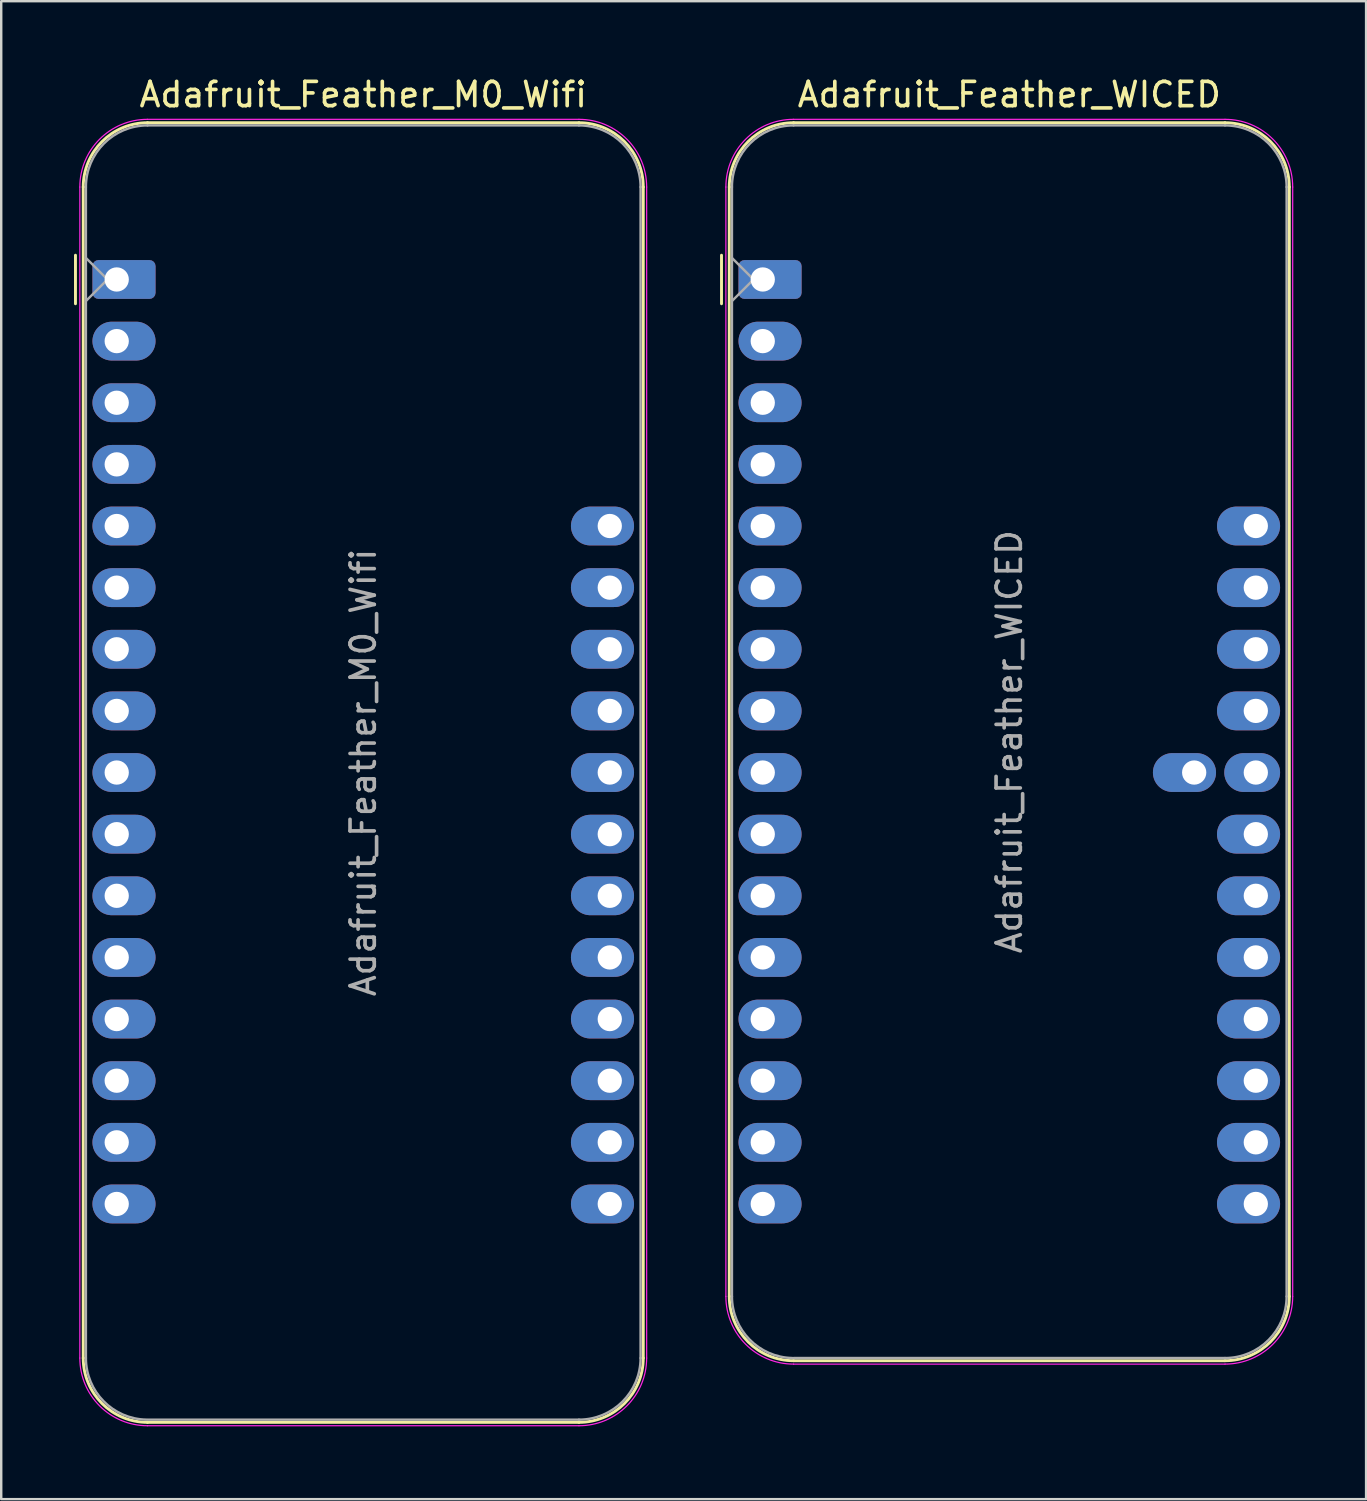
<source format=kicad_pcb>
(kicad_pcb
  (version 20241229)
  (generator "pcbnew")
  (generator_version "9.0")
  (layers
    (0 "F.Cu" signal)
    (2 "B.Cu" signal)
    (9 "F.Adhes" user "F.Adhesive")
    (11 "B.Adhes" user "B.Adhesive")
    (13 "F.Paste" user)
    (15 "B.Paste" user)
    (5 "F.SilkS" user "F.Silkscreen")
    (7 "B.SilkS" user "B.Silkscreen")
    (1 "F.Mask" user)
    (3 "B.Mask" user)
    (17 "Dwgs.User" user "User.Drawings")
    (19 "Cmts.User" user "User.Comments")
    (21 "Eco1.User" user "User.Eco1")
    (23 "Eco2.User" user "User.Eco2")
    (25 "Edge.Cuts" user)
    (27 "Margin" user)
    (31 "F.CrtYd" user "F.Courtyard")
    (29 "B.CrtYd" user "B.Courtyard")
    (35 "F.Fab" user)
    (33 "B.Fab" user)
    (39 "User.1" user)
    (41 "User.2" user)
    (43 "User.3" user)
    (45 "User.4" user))
  (footprint "Adafruit_Feather_M0_Wifi"
    (layer "F.Cu")
    (at 1.76 8.468)
    (property "Reference" "Adafruit_Feather_M0_Wifi" (at 10.16 -7.62 0) (layer "F.SilkS") (effects (font (size 1 1) (thickness 0.15))))
    (attr through_hole)
    (fp_line (start -1.7 1) (end -1.7 -1) (stroke (width 0.12) (type solid)) (layer "F.SilkS"))
    (fp_line (start -1.38 -3.81) (end -1.38 44.45) (stroke (width 0.12) (type solid)) (layer "F.SilkS"))
    (fp_line (start 19.05 -6.46) (end 1.27 -6.46) (stroke (width 0.12) (type solid)) (layer "F.SilkS"))
    (fp_line (start 19.05 47.1) (end 1.27 47.1) (stroke (width 0.12) (type solid)) (layer "F.SilkS"))
    (fp_line (start 21.7 -3.81) (end 21.7 44.45) (stroke (width 0.12) (type solid)) (layer "F.SilkS"))
    (fp_arc (start -1.38 -3.81) (mid -0.603833 -5.683833) (end 1.27 -6.46) (stroke (width 0.12) (type solid)) (layer "F.SilkS"))
    (fp_arc (start 1.27 47.1) (mid -0.603833 46.323833) (end -1.38 44.45) (stroke (width 0.12) (type solid)) (layer "F.SilkS"))
    (fp_arc (start 19.05 -6.46) (mid 20.923833 -5.683833) (end 21.7 -3.81) (stroke (width 0.12) (type solid)) (layer "F.SilkS"))
    (fp_arc (start 21.7 44.45) (mid 20.923833 46.323833) (end 19.05 47.1) (stroke (width 0.12) (type solid)) (layer "F.SilkS"))
    (fp_line (start -1.52 44.45) (end -1.52 -3.81) (stroke (width 0.05) (type solid)) (layer "F.CrtYd"))
    (fp_line (start 19.05 -6.6) (end 1.27 -6.6) (stroke (width 0.05) (type solid)) (layer "F.CrtYd"))
    (fp_line (start 19.05 47.24) (end 1.27 47.24) (stroke (width 0.05) (type solid)) (layer "F.CrtYd"))
    (fp_line (start 21.84 44.45) (end 21.84 -3.81) (stroke (width 0.05) (type solid)) (layer "F.CrtYd"))
    (fp_arc (start -1.52 -3.81) (mid -0.702828 -5.782828) (end 1.27 -6.6) (stroke (width 0.05) (type solid)) (layer "F.CrtYd"))
    (fp_arc (start 1.27 47.24) (mid -0.702828 46.422828) (end -1.52 44.45) (stroke (width 0.05) (type solid)) (layer "F.CrtYd"))
    (fp_arc (start 19.05 -6.6) (mid 21.022828 -5.782828) (end 21.84 -3.81) (stroke (width 0.05) (type solid)) (layer "F.CrtYd"))
    (fp_arc (start 21.84 44.45) (mid 21.022828 46.422828) (end 19.05 47.24) (stroke (width 0.05) (type solid)) (layer "F.CrtYd"))
    (fp_line (start -1.27 -3.81) (end -1.27 44.45) (stroke (width 0.1) (type solid)) (layer "F.Fab"))
    (fp_line (start -1.27 -0.889) (end -0.381 0) (stroke (width 0.1) (type solid)) (layer "F.Fab"))
    (fp_line (start -0.381 0) (end -1.27 0.889) (stroke (width 0.1) (type solid)) (layer "F.Fab"))
    (fp_line (start 1.27 46.99) (end 19.05 46.99) (stroke (width 0.1) (type solid)) (layer "F.Fab"))
    (fp_line (start 19.05 -6.35) (end 1.27 -6.35) (stroke (width 0.1) (type solid)) (layer "F.Fab"))
    (fp_line (start 21.59 44.45) (end 21.59 -3.81) (stroke (width 0.1) (type solid)) (layer "F.Fab"))
    (fp_arc (start -1.27 -3.81) (mid -0.526051 -5.606051) (end 1.27 -6.35) (stroke (width 0.1) (type solid)) (layer "F.Fab"))
    (fp_arc (start 1.221238 46.989532) (mid -0.543209 46.228728) (end -1.27 44.45) (stroke (width 0.1) (type solid)) (layer "F.Fab"))
    (fp_arc (start 19.05 -6.35) (mid 20.846051 -5.606051) (end 21.59 -3.81) (stroke (width 0.1) (type solid)) (layer "F.Fab"))
    (fp_arc (start 21.59 44.45) (mid 20.846051 46.246051) (end 19.05 46.99) (stroke (width 0.1) (type solid)) (layer "F.Fab"))
    (fp_text user "${REFERENCE}" (at 10.16 20.32 270) (layer "F.Fab") (effects (font (size 1 1) (thickness 0.15))))
    (pad "1" thru_hole roundrect (at 0 0) (size 2.6 1.6) (drill 1 (offset 0.3 0)) (layers "*.Cu" "*.Mask") (roundrect_rratio 0.156))
    (pad "2" thru_hole oval (at 0 2.54) (size 2.6 1.6) (drill 1 (offset 0.3 0)) (layers "*.Cu" "*.Mask"))
    (pad "3" thru_hole oval (at 0 5.08) (size 2.6 1.6) (drill 1 (offset 0.3 0)) (layers "*.Cu" "*.Mask"))
    (pad "4" thru_hole oval (at 0 7.62) (size 2.6 1.6) (drill 1 (offset 0.3 0)) (layers "*.Cu" "*.Mask"))
    (pad "5" thru_hole oval (at 0 10.16) (size 2.6 1.6) (drill 1 (offset 0.3 0)) (layers "*.Cu" "*.Mask"))
    (pad "6" thru_hole oval (at 0 12.7) (size 2.6 1.6) (drill 1 (offset 0.3 0)) (layers "*.Cu" "*.Mask"))
    (pad "7" thru_hole oval (at 0 15.24) (size 2.6 1.6) (drill 1 (offset 0.3 0)) (layers "*.Cu" "*.Mask"))
    (pad "8" thru_hole oval (at 0 17.78) (size 2.6 1.6) (drill 1 (offset 0.3 0)) (layers "*.Cu" "*.Mask"))
    (pad "9" thru_hole oval (at 0 20.32) (size 2.6 1.6) (drill 1 (offset 0.3 0)) (layers "*.Cu" "*.Mask"))
    (pad "10" thru_hole oval (at 0 22.86) (size 2.6 1.6) (drill 1 (offset 0.3 0)) (layers "*.Cu" "*.Mask"))
    (pad "11" thru_hole oval (at 0 25.4) (size 2.6 1.6) (drill 1 (offset 0.3 0)) (layers "*.Cu" "*.Mask"))
    (pad "12" thru_hole oval (at 0 27.94) (size 2.6 1.6) (drill 1 (offset 0.3 0)) (layers "*.Cu" "*.Mask"))
    (pad "13" thru_hole oval (at 0 30.48) (size 2.6 1.6) (drill 1 (offset 0.3 0)) (layers "*.Cu" "*.Mask"))
    (pad "14" thru_hole oval (at 0 33.02) (size 2.6 1.6) (drill 1 (offset 0.3 0)) (layers "*.Cu" "*.Mask"))
    (pad "15" thru_hole oval (at 0 35.56) (size 2.6 1.6) (drill 1 (offset 0.3 0)) (layers "*.Cu" "*.Mask"))
    (pad "16" thru_hole oval (at 0 38.1) (size 2.6 1.6) (drill 1 (offset 0.3 0)) (layers "*.Cu" "*.Mask"))
    (pad "17" thru_hole oval (at 20.32 38.1 180) (size 2.6 1.6) (drill 1 (offset 0.3 0)) (layers "*.Cu" "*.Mask"))
    (pad "18" thru_hole oval (at 20.32 35.56 180) (size 2.6 1.6) (drill 1 (offset 0.3 0)) (layers "*.Cu" "*.Mask"))
    (pad "19" thru_hole oval (at 20.32 33.02 180) (size 2.6 1.6) (drill 1 (offset 0.3 0)) (layers "*.Cu" "*.Mask"))
    (pad "20" thru_hole oval (at 20.32 30.48 180) (size 2.6 1.6) (drill 1 (offset 0.3 0)) (layers "*.Cu" "*.Mask"))
    (pad "21" thru_hole oval (at 20.32 27.94 180) (size 2.6 1.6) (drill 1 (offset 0.3 0)) (layers "*.Cu" "*.Mask"))
    (pad "22" thru_hole oval (at 20.32 25.4 180) (size 2.6 1.6) (drill 1 (offset 0.3 0)) (layers "*.Cu" "*.Mask"))
    (pad "23" thru_hole oval (at 20.32 22.86 180) (size 2.6 1.6) (drill 1 (offset 0.3 0)) (layers "*.Cu" "*.Mask"))
    (pad "24" thru_hole oval (at 20.32 20.32 180) (size 2.6 1.6) (drill 1 (offset 0.3 0)) (layers "*.Cu" "*.Mask"))
    (pad "25" thru_hole oval (at 20.32 17.78 180) (size 2.6 1.6) (drill 1 (offset 0.3 0)) (layers "*.Cu" "*.Mask"))
    (pad "26" thru_hole oval (at 20.32 15.24 180) (size 2.6 1.6) (drill 1 (offset 0.3 0)) (layers "*.Cu" "*.Mask"))
    (pad "27" thru_hole oval (at 20.32 12.7 180) (size 2.6 1.6) (drill 1 (offset 0.3 0)) (layers "*.Cu" "*.Mask"))
    (pad "28" thru_hole oval (at 20.32 10.16 180) (size 2.6 1.6) (drill 1 (offset 0.3 0)) (layers "*.Cu" "*.Mask")))
  (footprint "Adafruit_Feather_WICED"
    (layer "F.Cu")
    (at 28.385 8.468)
    (property "Reference" "Adafruit_Feather_WICED" (at 10.16 -7.62 0) (layer "F.SilkS") (effects (font (size 1 1) (thickness 0.15))))
    (attr through_hole)
    (fp_line (start -1.7 1) (end -1.7 -1) (stroke (width 0.12) (type solid)) (layer "F.SilkS"))
    (fp_line (start -1.38 -3.81) (end -1.38 41.91) (stroke (width 0.12) (type solid)) (layer "F.SilkS"))
    (fp_line (start 19.05 -6.46) (end 1.27 -6.46) (stroke (width 0.12) (type solid)) (layer "F.SilkS"))
    (fp_line (start 19.05 44.56) (end 1.27 44.56) (stroke (width 0.12) (type solid)) (layer "F.SilkS"))
    (fp_line (start 21.7 -3.81) (end 21.7 41.91) (stroke (width 0.12) (type solid)) (layer "F.SilkS"))
    (fp_arc (start -1.38 -3.81) (mid -0.603833 -5.683833) (end 1.27 -6.46) (stroke (width 0.12) (type solid)) (layer "F.SilkS"))
    (fp_arc (start 1.27 44.56) (mid -0.603833 43.783833) (end -1.38 41.91) (stroke (width 0.12) (type solid)) (layer "F.SilkS"))
    (fp_arc (start 19.05 -6.46) (mid 20.923833 -5.683833) (end 21.7 -3.81) (stroke (width 0.12) (type solid)) (layer "F.SilkS"))
    (fp_arc (start 21.7 41.91) (mid 20.923833 43.783833) (end 19.05 44.56) (stroke (width 0.12) (type solid)) (layer "F.SilkS"))
    (fp_line (start -1.52 41.91) (end -1.52 -3.81) (stroke (width 0.05) (type solid)) (layer "F.CrtYd"))
    (fp_line (start 19.05 -6.6) (end 1.27 -6.6) (stroke (width 0.05) (type solid)) (layer "F.CrtYd"))
    (fp_line (start 19.05 44.7) (end 1.27 44.7) (stroke (width 0.05) (type solid)) (layer "F.CrtYd"))
    (fp_line (start 21.84 41.91) (end 21.84 -3.81) (stroke (width 0.05) (type solid)) (layer "F.CrtYd"))
    (fp_arc (start -1.52 -3.81) (mid -0.702828 -5.782828) (end 1.27 -6.6) (stroke (width 0.05) (type solid)) (layer "F.CrtYd"))
    (fp_arc (start 1.27 44.7) (mid -0.702828 43.882828) (end -1.52 41.91) (stroke (width 0.05) (type solid)) (layer "F.CrtYd"))
    (fp_arc (start 19.05 -6.6) (mid 21.022828 -5.782828) (end 21.84 -3.81) (stroke (width 0.05) (type solid)) (layer "F.CrtYd"))
    (fp_arc (start 21.84 41.91) (mid 21.022828 43.882828) (end 19.05 44.7) (stroke (width 0.05) (type solid)) (layer "F.CrtYd"))
    (fp_line (start -1.27 -3.81) (end -1.27 41.91) (stroke (width 0.1) (type solid)) (layer "F.Fab"))
    (fp_line (start -1.27 -0.889) (end -0.381 0) (stroke (width 0.1) (type solid)) (layer "F.Fab"))
    (fp_line (start -0.381 0) (end -1.27 0.889) (stroke (width 0.1) (type solid)) (layer "F.Fab"))
    (fp_line (start 1.27 44.45) (end 19.05 44.45) (stroke (width 0.1) (type solid)) (layer "F.Fab"))
    (fp_line (start 19.05 -6.35) (end 1.27 -6.35) (stroke (width 0.1) (type solid)) (layer "F.Fab"))
    (fp_line (start 21.59 41.91) (end 21.59 -3.81) (stroke (width 0.1) (type solid)) (layer "F.Fab"))
    (fp_arc (start -1.27 -3.81) (mid -0.526051 -5.606051) (end 1.27 -6.35) (stroke (width 0.1) (type solid)) (layer "F.Fab"))
    (fp_arc (start 1.221238 44.449532) (mid -0.543209 43.688728) (end -1.27 41.91) (stroke (width 0.1) (type solid)) (layer "F.Fab"))
    (fp_arc (start 19.05 -6.35) (mid 20.846051 -5.606051) (end 21.59 -3.81) (stroke (width 0.1) (type solid)) (layer "F.Fab"))
    (fp_arc (start 21.59 41.91) (mid 20.846051 43.706051) (end 19.05 44.45) (stroke (width 0.1) (type solid)) (layer "F.Fab"))
    (fp_text user "${REFERENCE}" (at 10.16 19.05 270) (layer "F.Fab") (effects (font (size 1 1) (thickness 0.15))))
    (pad "1" thru_hole roundrect (at 0 0) (size 2.6 1.6) (drill 1 (offset 0.3 0)) (layers "*.Cu" "*.Mask") (roundrect_rratio 0.156))
    (pad "2" thru_hole oval (at 0 2.54) (size 2.6 1.6) (drill 1 (offset 0.3 0)) (layers "*.Cu" "*.Mask"))
    (pad "3" thru_hole oval (at 0 5.08) (size 2.6 1.6) (drill 1 (offset 0.3 0)) (layers "*.Cu" "*.Mask"))
    (pad "4" thru_hole oval (at 0 7.62) (size 2.6 1.6) (drill 1 (offset 0.3 0)) (layers "*.Cu" "*.Mask"))
    (pad "5" thru_hole oval (at 0 10.16) (size 2.6 1.6) (drill 1 (offset 0.3 0)) (layers "*.Cu" "*.Mask"))
    (pad "6" thru_hole oval (at 0 12.7) (size 2.6 1.6) (drill 1 (offset 0.3 0)) (layers "*.Cu" "*.Mask"))
    (pad "7" thru_hole oval (at 0 15.24) (size 2.6 1.6) (drill 1 (offset 0.3 0)) (layers "*.Cu" "*.Mask"))
    (pad "8" thru_hole oval (at 0 17.78) (size 2.6 1.6) (drill 1 (offset 0.3 0)) (layers "*.Cu" "*.Mask"))
    (pad "9" thru_hole oval (at 0 20.32) (size 2.6 1.6) (drill 1 (offset 0.3 0)) (layers "*.Cu" "*.Mask"))
    (pad "10" thru_hole oval (at 0 22.86) (size 2.6 1.6) (drill 1 (offset 0.3 0)) (layers "*.Cu" "*.Mask"))
    (pad "11" thru_hole oval (at 0 25.4) (size 2.6 1.6) (drill 1 (offset 0.3 0)) (layers "*.Cu" "*.Mask"))
    (pad "12" thru_hole oval (at 0 27.94) (size 2.6 1.6) (drill 1 (offset 0.3 0)) (layers "*.Cu" "*.Mask"))
    (pad "13" thru_hole oval (at 0 30.48) (size 2.6 1.6) (drill 1 (offset 0.3 0)) (layers "*.Cu" "*.Mask"))
    (pad "14" thru_hole oval (at 0 33.02) (size 2.6 1.6) (drill 1 (offset 0.3 0)) (layers "*.Cu" "*.Mask"))
    (pad "15" thru_hole oval (at 0 35.56) (size 2.6 1.6) (drill 1 (offset 0.3 0)) (layers "*.Cu" "*.Mask"))
    (pad "16" thru_hole oval (at 0 38.1) (size 2.6 1.6) (drill 1 (offset 0.3 0)) (layers "*.Cu" "*.Mask"))
    (pad "17" thru_hole oval (at 20.32 38.1 180) (size 2.6 1.6) (drill 1 (offset 0.3 0)) (layers "*.Cu" "*.Mask"))
    (pad "18" thru_hole oval (at 20.32 35.56 180) (size 2.6 1.6) (drill 1 (offset 0.3 0)) (layers "*.Cu" "*.Mask"))
    (pad "19" thru_hole oval (at 20.32 33.02 180) (size 2.6 1.6) (drill 1 (offset 0.3 0)) (layers "*.Cu" "*.Mask"))
    (pad "20" thru_hole oval (at 20.32 30.48 180) (size 2.6 1.6) (drill 1 (offset 0.3 0)) (layers "*.Cu" "*.Mask"))
    (pad "21" thru_hole oval (at 20.32 27.94 180) (size 2.6 1.6) (drill 1 (offset 0.3 0)) (layers "*.Cu" "*.Mask"))
    (pad "22" thru_hole oval (at 20.32 25.4 180) (size 2.6 1.6) (drill 1 (offset 0.3 0)) (layers "*.Cu" "*.Mask"))
    (pad "23" thru_hole oval (at 20.32 22.86 180) (size 2.6 1.6) (drill 1 (offset 0.3 0)) (layers "*.Cu" "*.Mask"))
    (pad "24" thru_hole oval (at 20.32 20.32 180) (size 2.3 1.6) (drill 1 (offset 0.15 0)) (layers "*.Cu" "*.Mask"))
    (pad "25" thru_hole oval (at 20.32 17.78 180) (size 2.6 1.6) (drill 1 (offset 0.3 0)) (layers "*.Cu" "*.Mask"))
    (pad "26" thru_hole oval (at 20.32 15.24 180) (size 2.6 1.6) (drill 1 (offset 0.3 0)) (layers "*.Cu" "*.Mask"))
    (pad "27" thru_hole oval (at 20.32 12.7 180) (size 2.6 1.6) (drill 1 (offset 0.3 0)) (layers "*.Cu" "*.Mask"))
    (pad "28" thru_hole oval (at 20.32 10.16 180) (size 2.6 1.6) (drill 1 (offset 0.3 0)) (layers "*.Cu" "*.Mask"))
    (pad "29" thru_hole oval (at 17.78 20.32 180) (size 2.6 1.6) (drill 1 (offset 0.4 0)) (layers "*.Cu" "*.Mask")))
  (gr_rect
    (start -3 -3)
    (end 53.25 58.733)
    (stroke (width 0.1) (type default))
    (fill no)
    (layer "Edge.Cuts")))
</source>
